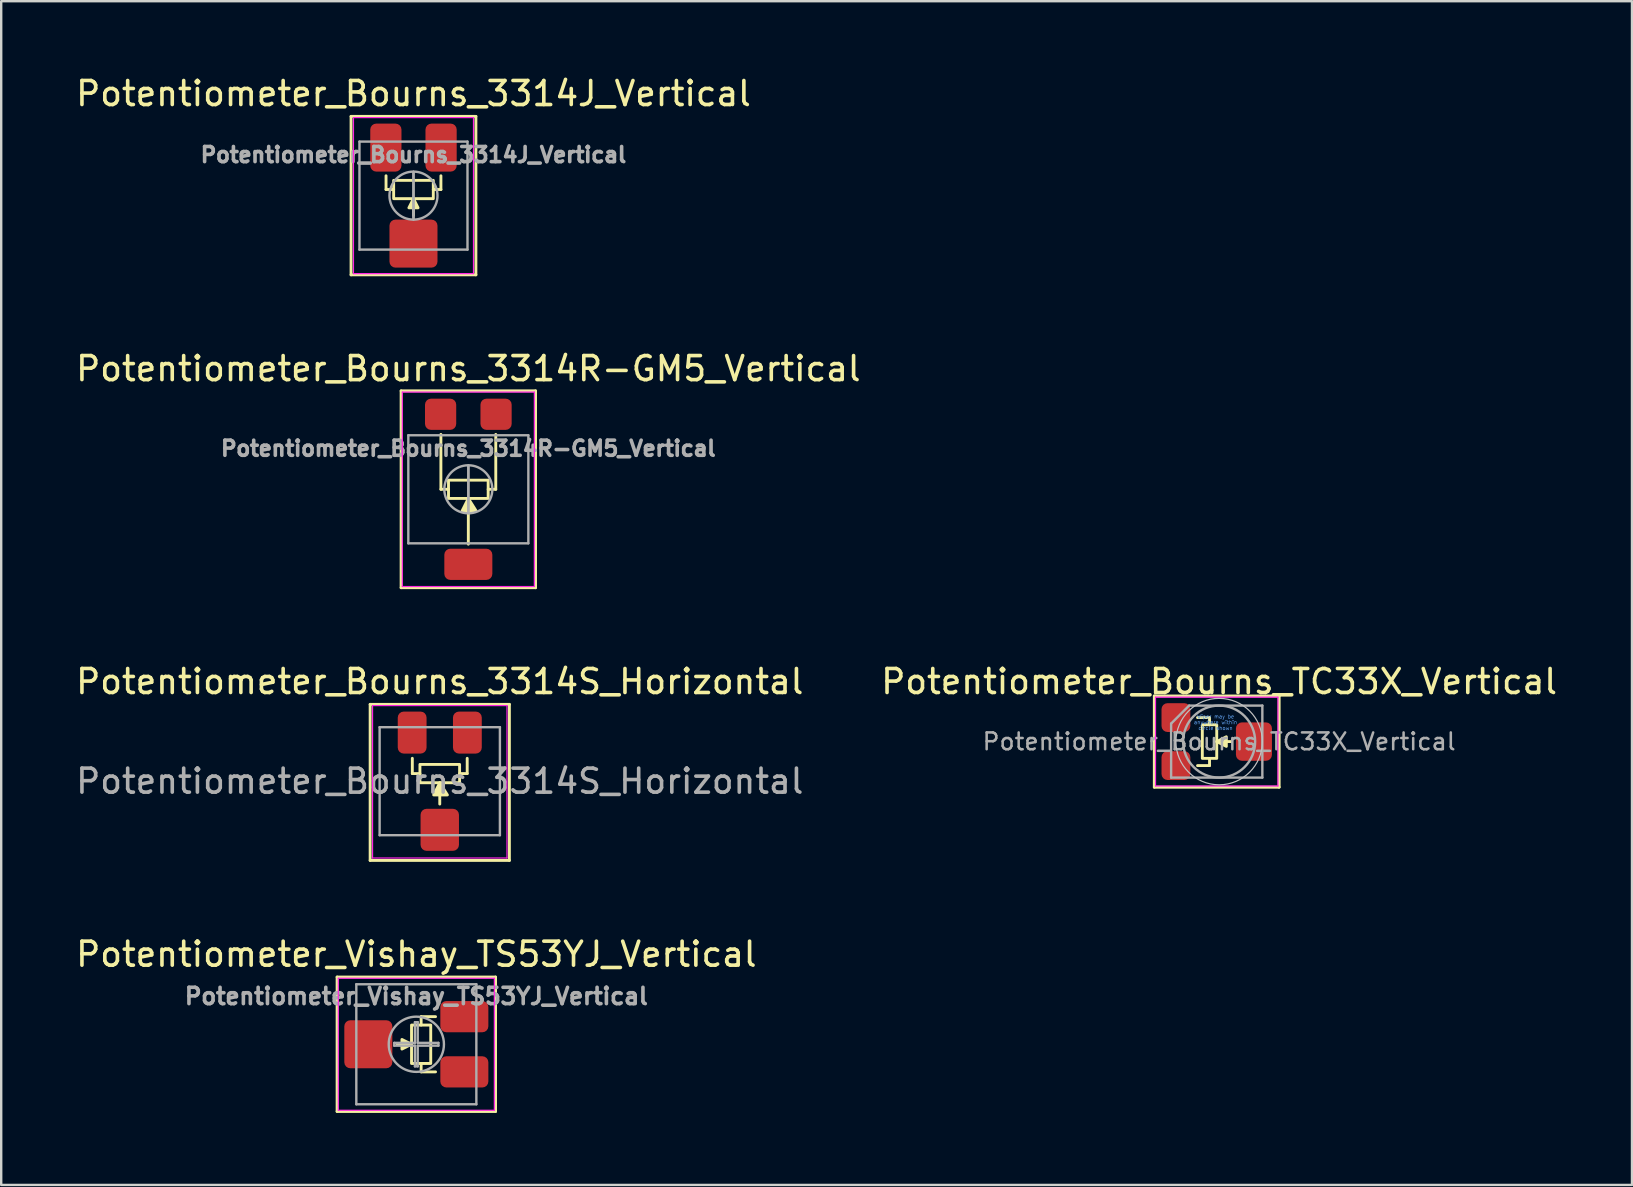
<source format=kicad_pcb>
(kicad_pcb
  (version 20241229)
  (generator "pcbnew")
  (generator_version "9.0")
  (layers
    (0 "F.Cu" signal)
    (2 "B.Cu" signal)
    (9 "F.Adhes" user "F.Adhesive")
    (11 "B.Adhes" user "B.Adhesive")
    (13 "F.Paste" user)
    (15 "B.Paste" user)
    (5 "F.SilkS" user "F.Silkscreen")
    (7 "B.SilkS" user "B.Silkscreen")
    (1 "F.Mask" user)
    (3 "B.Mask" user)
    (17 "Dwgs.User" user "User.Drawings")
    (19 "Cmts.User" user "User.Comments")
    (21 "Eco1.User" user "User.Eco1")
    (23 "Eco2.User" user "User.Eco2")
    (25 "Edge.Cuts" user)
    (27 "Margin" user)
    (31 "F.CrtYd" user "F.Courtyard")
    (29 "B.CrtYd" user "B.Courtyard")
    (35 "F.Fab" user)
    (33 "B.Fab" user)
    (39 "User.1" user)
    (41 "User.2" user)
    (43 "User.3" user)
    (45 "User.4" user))
  (footprint "Potentiometer_Bourns_TC33X_Vertical"
    (layer "F.Cu")
    (at 47.732 27.84)
    (property "Reference" "Potentiometer_Bourns_TC33X_Vertical" (at 0 -2.5 0) (layer "F.SilkS") (effects (font (size 1 1) (thickness 0.15))))
    (attr smd)
    (fp_line (start -2.7 -1.9) (end -2.7 1.9) (stroke (width 0.12) (type solid)) (layer "F.SilkS"))
    (fp_line (start -2.7 1.9) (end 2.5 1.9) (stroke (width 0.12) (type solid)) (layer "F.SilkS"))
    (fp_line (start -0.4 -1) (end -0.9 -1) (stroke (width 0.12) (type solid)) (layer "F.SilkS"))
    (fp_line (start -0.4 -0.7) (end -0.4 -1) (stroke (width 0.12) (type solid)) (layer "F.SilkS"))
    (fp_line (start -0.4 0.7) (end -0.4 1) (stroke (width 0.12) (type solid)) (layer "F.SilkS"))
    (fp_line (start -0.4 1) (end -0.9 1) (stroke (width 0.12) (type solid)) (layer "F.SilkS"))
    (fp_line (start -0.1 0) (end 0.5 0) (stroke (width 0.12) (type solid)) (layer "F.SilkS"))
    (fp_line (start 2.5 -1.9) (end -2.7 -1.9) (stroke (width 0.12) (type solid)) (layer "F.SilkS"))
    (fp_line (start 2.5 1.9) (end 2.5 -1.9) (stroke (width 0.12) (type solid)) (layer "F.SilkS"))
    (fp_rect (start -0.7 -0.7) (end -0.1 0.7) (stroke (width 0.12) (type solid)) (fill no) (layer "F.SilkS"))
    (fp_poly (pts (xy 0.3 0.2) (xy -0.1 0) (xy 0.3 -0.2)) (stroke (width 0.12) (type solid)) (fill yes) (layer "F.SilkS"))
    (fp_circle (center 0 0) (end 1.8 0) (stroke (width 0.05) (type solid)) (fill no) (layer "Dwgs.User"))
    (fp_line (start -2.65 -1.85) (end 2.45 -1.85) (stroke (width 0.05) (type solid)) (layer "F.CrtYd"))
    (fp_line (start -2.65 1.85) (end -2.65 -1.85) (stroke (width 0.05) (type solid)) (layer "F.CrtYd"))
    (fp_line (start 2.45 -1.85) (end 2.45 1.85) (stroke (width 0.05) (type solid)) (layer "F.CrtYd"))
    (fp_line (start 2.45 1.85) (end -2.65 1.85) (stroke (width 0.05) (type solid)) (layer "F.CrtYd"))
    (fp_line (start -2 -0.75) (end -2 1.5) (stroke (width 0.1) (type solid)) (layer "F.Fab"))
    (fp_line (start -2 1.5) (end 1.8 1.5) (stroke (width 0.1) (type solid)) (layer "F.Fab"))
    (fp_line (start -1.25 -1.5) (end -2 -0.75) (stroke (width 0.1) (type solid)) (layer "F.Fab"))
    (fp_line (start 1.8 -1.5) (end -1.25 -1.5) (stroke (width 0.1) (type solid)) (layer "F.Fab"))
    (fp_line (start 1.8 1.5) (end 1.8 -1.5) (stroke (width 0.1) (type solid)) (layer "F.Fab"))
    (fp_circle (center 0 0) (end 1.5 0) (stroke (width 0.1) (type solid)) (fill no) (layer "F.Fab"))
    (fp_text user "Wiper may be\nanywhere within\ncircle shown" (at -0.15 -0.8 0) (layer "Cmts.User") (effects (font (size 0.15 0.15) (thickness 0.02))))
    (fp_text user "${REFERENCE}" (at 0 0 0) (layer "F.Fab") (effects (font (size 0.7 0.7) (thickness 0.105))))
    (pad "1" smd roundrect (at -1.8 -1) (size 1.2 1.2) (layers "F.Cu" "F.Mask" "F.Paste") (roundrect_rratio 0.208))
    (pad "2" smd roundrect (at 1.45 0) (size 1.5 1.6) (layers "F.Cu" "F.Mask" "F.Paste") (roundrect_rratio 0.167))
    (pad "3" smd roundrect (at -1.8 1) (size 1.2 1.2) (layers "F.Cu" "F.Mask" "F.Paste") (roundrect_rratio 0.208)))
  (footprint "Potentiometer_Vishay_TS53YJ_Vertical"
    (layer "F.Cu")
    (at 14.292 40.448)
    (property "Reference" "Potentiometer_Vishay_TS53YJ_Vertical" (at 0 -3.75 0) (layer "F.SilkS") (effects (font (size 1 1) (thickness 0.15))))
    (attr smd)
    (fp_line (start -3.3 -2.8) (end 3.3 -2.8) (stroke (width 0.12) (type solid)) (layer "F.SilkS"))
    (fp_line (start -3.3 2.8) (end -3.3 -2.8) (stroke (width 0.12) (type solid)) (layer "F.SilkS"))
    (fp_line (start -0.2 0) (end -0.8 0) (stroke (width 0.12) (type solid)) (layer "F.SilkS"))
    (fp_line (start 0.2 -1.15) (end 0.8 -1.15) (stroke (width 0.12) (type solid)) (layer "F.SilkS"))
    (fp_line (start 0.2 -0.8) (end 0.2 -1.15) (stroke (width 0.12) (type solid)) (layer "F.SilkS"))
    (fp_line (start 0.2 0.8) (end 0.2 1.15) (stroke (width 0.12) (type solid)) (layer "F.SilkS"))
    (fp_line (start 0.2 1.15) (end 0.8 1.15) (stroke (width 0.12) (type solid)) (layer "F.SilkS"))
    (fp_line (start 3.3 -2.8) (end 3.3 2.8) (stroke (width 0.12) (type solid)) (layer "F.SilkS"))
    (fp_line (start 3.3 2.8) (end -3.3 2.8) (stroke (width 0.12) (type solid)) (layer "F.SilkS"))
    (fp_rect (start -0.2 -0.8) (end 0.6 0.8) (stroke (width 0.12) (type solid)) (fill no) (layer "F.SilkS"))
    (fp_poly (pts (xy -0.2 0) (xy -0.6 0.2) (xy -0.6 -0.2)) (stroke (width 0.12) (type solid)) (fill yes) (layer "F.SilkS"))
    (fp_line (start -3.25 -2.75) (end -3.25 2.75) (stroke (width 0.05) (type solid)) (layer "F.CrtYd"))
    (fp_line (start -3.25 2.75) (end 3.25 2.75) (stroke (width 0.05) (type solid)) (layer "F.CrtYd"))
    (fp_line (start 3.25 -2.75) (end -3.25 -2.75) (stroke (width 0.05) (type solid)) (layer "F.CrtYd"))
    (fp_line (start 3.25 2.75) (end 3.25 -2.75) (stroke (width 0.05) (type solid)) (layer "F.CrtYd"))
    (fp_line (start -2.5 -2.5) (end -2.5 2.5) (stroke (width 0.1) (type solid)) (layer "F.Fab"))
    (fp_line (start -2.5 2.5) (end 2.5 2.5) (stroke (width 0.1) (type solid)) (layer "F.Fab"))
    (fp_line (start -0.92 -0.058) (end -0.058 -0.058) (stroke (width 0.1) (type solid)) (layer "F.Fab"))
    (fp_line (start -0.92 0.058) (end -0.92 -0.058) (stroke (width 0.1) (type solid)) (layer "F.Fab"))
    (fp_line (start -0.058 -0.92) (end 0.058 -0.92) (stroke (width 0.1) (type solid)) (layer "F.Fab"))
    (fp_line (start -0.058 -0.058) (end -0.058 -0.92) (stroke (width 0.1) (type solid)) (layer "F.Fab"))
    (fp_line (start -0.058 0.058) (end -0.92 0.058) (stroke (width 0.1) (type solid)) (layer "F.Fab"))
    (fp_line (start -0.058 0.92) (end -0.058 0.058) (stroke (width 0.1) (type solid)) (layer "F.Fab"))
    (fp_line (start 0.058 -0.92) (end 0.058 -0.058) (stroke (width 0.1) (type solid)) (layer "F.Fab"))
    (fp_line (start 0.058 -0.058) (end 0.92 -0.058) (stroke (width 0.1) (type solid)) (layer "F.Fab"))
    (fp_line (start 0.058 0.058) (end 0.058 0.92) (stroke (width 0.1) (type solid)) (layer "F.Fab"))
    (fp_line (start 0.058 0.92) (end -0.058 0.92) (stroke (width 0.1) (type solid)) (layer "F.Fab"))
    (fp_line (start 0.92 -0.058) (end 0.92 0.058) (stroke (width 0.1) (type solid)) (layer "F.Fab"))
    (fp_line (start 0.92 0.058) (end 0.058 0.058) (stroke (width 0.1) (type solid)) (layer "F.Fab"))
    (fp_line (start 2.5 -2.5) (end -2.5 -2.5) (stroke (width 0.1) (type solid)) (layer "F.Fab"))
    (fp_line (start 2.5 2.5) (end 2.5 -2.5) (stroke (width 0.1) (type solid)) (layer "F.Fab"))
    (fp_circle (center 0 0) (end 1.15 0) (stroke (width 0.1) (type solid)) (fill no) (layer "F.Fab"))
    (fp_text user "${REFERENCE}" (at 0 -2 0) (layer "F.Fab") (effects (font (size 0.68 0.68) (thickness 0.15))))
    (pad "1" smd roundrect (at 2 -1.15) (size 2 1.3) (layers "F.Cu" "F.Mask" "F.Paste") (roundrect_rratio 0.192))
    (pad "2" smd roundrect (at -2 0) (size 2 2) (layers "F.Cu" "F.Mask" "F.Paste") (roundrect_rratio 0.125))
    (pad "3" smd roundrect (at 2 1.15) (size 2 1.3) (layers "F.Cu" "F.Mask" "F.Paste") (roundrect_rratio 0.192)))
  (footprint "Potentiometer_Bourns_3314J_Vertical"
    (layer "F.Cu")
    (at 14.173 5.098)
    (property "Reference" "Potentiometer_Bourns_3314J_Vertical" (at 0 -4.25 0) (layer "F.SilkS") (effects (font (size 1 1) (thickness 0.15))))
    (attr smd)
    (fp_line (start -2.6 -3.3) (end 2.6 -3.3) (stroke (width 0.12) (type solid)) (layer "F.SilkS"))
    (fp_line (start -2.6 3.3) (end -2.6 -3.3) (stroke (width 0.12) (type solid)) (layer "F.SilkS"))
    (fp_line (start -1.143 -0.254) (end -1.143 -0.826) (stroke (width 0.12) (type solid)) (layer "F.SilkS"))
    (fp_line (start -0.826 -0.254) (end -1.143 -0.254) (stroke (width 0.12) (type solid)) (layer "F.SilkS"))
    (fp_line (start 0 0.127) (end 0 0.826) (stroke (width 0.12) (type solid)) (layer "F.SilkS"))
    (fp_line (start 1.143 -0.826) (end 1.143 -0.254) (stroke (width 0.12) (type solid)) (layer "F.SilkS"))
    (fp_line (start 1.143 -0.254) (end 0.826 -0.254) (stroke (width 0.12) (type solid)) (layer "F.SilkS"))
    (fp_line (start 2.6 -3.3) (end 2.6 3.3) (stroke (width 0.12) (type solid)) (layer "F.SilkS"))
    (fp_line (start 2.6 3.3) (end -2.6 3.3) (stroke (width 0.12) (type solid)) (layer "F.SilkS"))
    (fp_rect (start -0.826 -0.635) (end 0.826 0.127) (stroke (width 0.12) (type solid)) (fill no) (layer "F.SilkS"))
    (fp_poly (pts (xy 0.191 0.508) (xy -0.191 0.508) (xy 0 0.127)) (stroke (width 0.12) (type solid)) (fill yes) (layer "F.SilkS"))
    (fp_line (start -2.5 -3.25) (end -2.5 3.25) (stroke (width 0.05) (type solid)) (layer "F.CrtYd"))
    (fp_line (start -2.5 3.25) (end 2.5 3.25) (stroke (width 0.05) (type solid)) (layer "F.CrtYd"))
    (fp_line (start 2.5 -3.25) (end -2.5 -3.25) (stroke (width 0.05) (type solid)) (layer "F.CrtYd"))
    (fp_line (start 2.5 3.25) (end 2.5 -3.25) (stroke (width 0.05) (type solid)) (layer "F.CrtYd"))
    (fp_line (start -2.25 -2.25) (end -2.25 2.25) (stroke (width 0.1) (type solid)) (layer "F.Fab"))
    (fp_line (start -2.25 2.25) (end 2.25 2.25) (stroke (width 0.1) (type solid)) (layer "F.Fab"))
    (fp_line (start 0 0.99) (end 0.001 -0.989) (stroke (width 0.1) (type solid)) (layer "F.Fab"))
    (fp_line (start 0 0.99) (end 0.001 -0.989) (stroke (width 0.1) (type solid)) (layer "F.Fab"))
    (fp_line (start 2.25 -2.25) (end -2.25 -2.25) (stroke (width 0.1) (type solid)) (layer "F.Fab"))
    (fp_line (start 2.25 2.25) (end 2.25 -2.25) (stroke (width 0.1) (type solid)) (layer "F.Fab"))
    (fp_circle (center 0 0) (end 1 0) (stroke (width 0.1) (type solid)) (fill no) (layer "F.Fab"))
    (fp_text user "${REFERENCE}" (at 0 -1.7 0) (layer "F.Fab") (effects (font (size 0.63 0.63) (thickness 0.15))))
    (pad "1" smd roundrect (at 1.15 -2) (size 1.3 2) (layers "F.Cu" "F.Mask" "F.Paste") (roundrect_rratio 0.192))
    (pad "2" smd roundrect (at 0 2) (size 2 2) (layers "F.Cu" "F.Mask" "F.Paste") (roundrect_rratio 0.125))
    (pad "3" smd roundrect (at -1.15 -2) (size 1.3 2) (layers "F.Cu" "F.Mask" "F.Paste") (roundrect_rratio 0.192)))
  (footprint "Potentiometer_Bourns_3314S_Horizontal"
    (layer "F.Cu")
    (at 15.268 29.49)
    (property "Reference" "Potentiometer_Bourns_3314S_Horizontal" (at 0 -4.15 0) (layer "F.SilkS") (effects (font (size 1 1) (thickness 0.15))))
    (attr smd)
    (fp_line (start -2.9 -3.2) (end 2.9 -3.2) (stroke (width 0.12) (type solid)) (layer "F.SilkS"))
    (fp_line (start -2.9 3.3) (end -2.9 -3.2) (stroke (width 0.12) (type solid)) (layer "F.SilkS"))
    (fp_line (start -1.143 -0.318) (end -1.143 -0.953) (stroke (width 0.12) (type solid)) (layer "F.SilkS"))
    (fp_line (start -0.826 -0.318) (end -1.143 -0.318) (stroke (width 0.12) (type solid)) (layer "F.SilkS"))
    (fp_line (start 0 0.064) (end 0 0.953) (stroke (width 0.12) (type solid)) (layer "F.SilkS"))
    (fp_line (start 1.143 -0.953) (end 1.143 -0.318) (stroke (width 0.12) (type solid)) (layer "F.SilkS"))
    (fp_line (start 1.143 -0.318) (end 0.826 -0.318) (stroke (width 0.12) (type solid)) (layer "F.SilkS"))
    (fp_line (start 2.9 -3.2) (end 2.9 3.3) (stroke (width 0.12) (type solid)) (layer "F.SilkS"))
    (fp_line (start 2.9 3.3) (end -2.9 3.3) (stroke (width 0.12) (type solid)) (layer "F.SilkS"))
    (fp_rect (start -0.826 -0.699) (end 0.826 0.064) (stroke (width 0.12) (type solid)) (fill no) (layer "F.SilkS"))
    (fp_poly (pts (xy 0.318 0.572) (xy -0.254 0.572) (xy 0 0.064)) (stroke (width 0.12) (type solid)) (fill yes) (layer "F.SilkS"))
    (fp_line (start -2.8 -3.15) (end -2.8 3.2) (stroke (width 0.05) (type solid)) (layer "F.CrtYd"))
    (fp_line (start -2.8 3.2) (end 2.8 3.2) (stroke (width 0.05) (type solid)) (layer "F.CrtYd"))
    (fp_line (start 2.8 -3.15) (end -2.8 -3.15) (stroke (width 0.05) (type solid)) (layer "F.CrtYd"))
    (fp_line (start 2.8 3.2) (end 2.8 -3.15) (stroke (width 0.05) (type solid)) (layer "F.CrtYd"))
    (fp_line (start -2.505 -2.25) (end -2.505 2.25) (stroke (width 0.1) (type solid)) (layer "F.Fab"))
    (fp_line (start -2.505 2.25) (end 2.505 2.25) (stroke (width 0.1) (type solid)) (layer "F.Fab"))
    (fp_line (start 2.505 -2.25) (end -2.505 -2.25) (stroke (width 0.1) (type solid)) (layer "F.Fab"))
    (fp_line (start 2.505 2.25) (end 2.505 -2.25) (stroke (width 0.1) (type solid)) (layer "F.Fab"))
    (fp_text user "${REFERENCE}" (at 0 0 0) (layer "F.Fab") (effects (font (size 1 1) (thickness 0.15))))
    (pad "1" smd roundrect (at 1.15 -2.025) (size 1.2 1.75) (layers "F.Cu" "F.Mask" "F.Paste") (roundrect_rratio 0.208))
    (pad "2" smd roundrect (at 0 2.025) (size 1.6 1.75) (layers "F.Cu" "F.Mask" "F.Paste") (roundrect_rratio 0.156))
    (pad "3" smd roundrect (at -1.15 -2.025) (size 1.2 1.75) (layers "F.Cu" "F.Mask" "F.Paste") (roundrect_rratio 0.208)))
  (footprint "Potentiometer_Bourns_3314R-GM5_Vertical"
    (layer "F.Cu")
    (at 16.458 17.331)
    (property "Reference" "Potentiometer_Bourns_3314R-GM5_Vertical" (at 0 -5.025 0) (layer "F.SilkS") (effects (font (size 1 1) (thickness 0.15))))
    (attr smd)
    (fp_line (start -2.8 -4.1) (end -2.8 4.1) (stroke (width 0.12) (type solid)) (layer "F.SilkS"))
    (fp_line (start -2.8 4.1) (end 2.8 4.1) (stroke (width 0.12) (type solid)) (layer "F.SilkS"))
    (fp_line (start -1.143 0) (end -1.143 -2.286) (stroke (width 0.12) (type solid)) (layer "F.SilkS"))
    (fp_line (start -0.826 0) (end -1.143 0) (stroke (width 0.12) (type solid)) (layer "F.SilkS"))
    (fp_line (start 0 0.381) (end 0 2.286) (stroke (width 0.12) (type solid)) (layer "F.SilkS"))
    (fp_line (start 1.143 -2.286) (end 1.143 0) (stroke (width 0.12) (type solid)) (layer "F.SilkS"))
    (fp_line (start 1.143 0) (end 0.826 0) (stroke (width 0.12) (type solid)) (layer "F.SilkS"))
    (fp_line (start 2.8 -4.1) (end -2.8 -4.1) (stroke (width 0.12) (type solid)) (layer "F.SilkS"))
    (fp_line (start 2.8 4.1) (end 2.8 -4.1) (stroke (width 0.12) (type solid)) (layer "F.SilkS"))
    (fp_rect (start -0.826 -0.381) (end 0.826 0.381) (stroke (width 0.12) (type solid)) (fill no) (layer "F.SilkS"))
    (fp_poly (pts (xy 0.318 0.889) (xy -0.254 0.889) (xy 0 0.381)) (stroke (width 0.12) (type solid)) (fill yes) (layer "F.SilkS"))
    (fp_line (start -2.75 -4.05) (end -2.75 4.05) (stroke (width 0.05) (type solid)) (layer "F.CrtYd"))
    (fp_line (start -2.75 4.05) (end 2.75 4.05) (stroke (width 0.05) (type solid)) (layer "F.CrtYd"))
    (fp_line (start 2.75 -4.05) (end -2.75 -4.05) (stroke (width 0.05) (type solid)) (layer "F.CrtYd"))
    (fp_line (start 2.75 4.05) (end 2.75 -4.05) (stroke (width 0.05) (type solid)) (layer "F.CrtYd"))
    (fp_line (start -2.5 -2.25) (end -2.5 2.25) (stroke (width 0.1) (type solid)) (layer "F.Fab"))
    (fp_line (start -2.5 2.25) (end 2.5 2.25) (stroke (width 0.1) (type solid)) (layer "F.Fab"))
    (fp_line (start 0 0.99) (end 0.001 -0.989) (stroke (width 0.1) (type solid)) (layer "F.Fab"))
    (fp_line (start 0 0.99) (end 0.001 -0.989) (stroke (width 0.1) (type solid)) (layer "F.Fab"))
    (fp_line (start 2.5 -2.25) (end -2.5 -2.25) (stroke (width 0.1) (type solid)) (layer "F.Fab"))
    (fp_line (start 2.5 2.25) (end 2.5 -2.25) (stroke (width 0.1) (type solid)) (layer "F.Fab"))
    (fp_circle (center 0 0) (end 1 0) (stroke (width 0.1) (type solid)) (fill no) (layer "F.Fab"))
    (fp_text user "${REFERENCE}" (at 0 -1.7 0) (layer "F.Fab") (effects (font (size 0.63 0.63) (thickness 0.15))))
    (pad "1" smd roundrect (at 1.155 -3.125) (size 1.3 1.3) (layers "F.Cu" "F.Mask" "F.Paste") (roundrect_rratio 0.192))
    (pad "2" smd roundrect (at 0 3.125) (size 2 1.3) (layers "F.Cu" "F.Mask" "F.Paste") (roundrect_rratio 0.192))
    (pad "3" smd roundrect (at -1.155 -3.125) (size 1.3 1.3) (layers "F.Cu" "F.Mask" "F.Paste") (roundrect_rratio 0.192)))
  (gr_rect
    (start -3 -3)
    (end 64.929 46.308)
    (stroke (width 0.1) (type default))
    (fill no)
    (layer "Edge.Cuts")))
</source>
